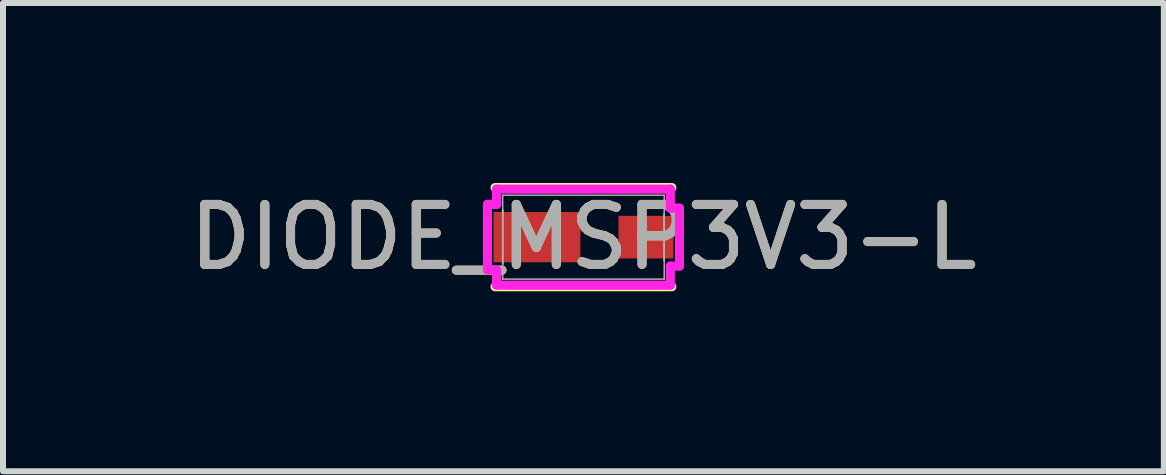
<source format=kicad_pcb>
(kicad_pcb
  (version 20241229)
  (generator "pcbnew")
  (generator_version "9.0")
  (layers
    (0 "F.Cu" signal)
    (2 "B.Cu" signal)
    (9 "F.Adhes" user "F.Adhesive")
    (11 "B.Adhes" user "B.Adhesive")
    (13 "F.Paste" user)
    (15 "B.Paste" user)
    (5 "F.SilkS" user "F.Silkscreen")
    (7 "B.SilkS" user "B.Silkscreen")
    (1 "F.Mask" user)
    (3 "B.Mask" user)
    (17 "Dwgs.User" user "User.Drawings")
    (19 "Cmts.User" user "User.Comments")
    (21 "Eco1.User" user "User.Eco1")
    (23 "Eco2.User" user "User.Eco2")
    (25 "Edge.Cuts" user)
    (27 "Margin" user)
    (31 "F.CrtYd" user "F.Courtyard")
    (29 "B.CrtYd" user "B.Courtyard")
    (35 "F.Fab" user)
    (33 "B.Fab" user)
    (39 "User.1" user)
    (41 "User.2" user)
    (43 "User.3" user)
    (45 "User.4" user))
  (footprint "DIODE_MSP3V3-L"
    (layer "F.Cu")
    (at 6.673 0.902)
    (property "Reference" "DIODE_MSP3V3-L" (at 0 0 0) (unlocked yes) (layer "F.SilkS") (effects (font (size 1 1) (thickness 0.15))))
    (attr smd)
    (fp_line (start -1.473 0.826) (end 1.473 0.826) (stroke (width 0.152) (type solid)) (layer "F.SilkS"))
    (fp_line (start 1.473 -0.826) (end -1.473 -0.826) (stroke (width 0.152) (type solid)) (layer "F.SilkS"))
    (fp_line (start -1.6 -0.546) (end -1.448 -0.546) (stroke (width 0.152) (type solid)) (layer "F.CrtYd"))
    (fp_line (start -1.6 0.546) (end -1.6 -0.546) (stroke (width 0.152) (type solid)) (layer "F.CrtYd"))
    (fp_line (start -1.448 -0.8) (end 1.448 -0.8) (stroke (width 0.152) (type solid)) (layer "F.CrtYd"))
    (fp_line (start -1.448 -0.546) (end -1.448 -0.8) (stroke (width 0.152) (type solid)) (layer "F.CrtYd"))
    (fp_line (start -1.448 0.546) (end -1.6 0.546) (stroke (width 0.152) (type solid)) (layer "F.CrtYd"))
    (fp_line (start -1.448 0.8) (end -1.448 0.546) (stroke (width 0.152) (type solid)) (layer "F.CrtYd"))
    (fp_line (start 1.448 -0.8) (end 1.448 -0.483) (stroke (width 0.152) (type solid)) (layer "F.CrtYd"))
    (fp_line (start 1.448 -0.483) (end 1.6 -0.483) (stroke (width 0.152) (type solid)) (layer "F.CrtYd"))
    (fp_line (start 1.448 0.483) (end 1.448 0.8) (stroke (width 0.152) (type solid)) (layer "F.CrtYd"))
    (fp_line (start 1.448 0.8) (end -1.448 0.8) (stroke (width 0.152) (type solid)) (layer "F.CrtYd"))
    (fp_line (start 1.6 -0.483) (end 1.6 0.483) (stroke (width 0.152) (type solid)) (layer "F.CrtYd"))
    (fp_line (start 1.6 0.483) (end 1.448 0.483) (stroke (width 0.152) (type solid)) (layer "F.CrtYd"))
    (fp_line (start -1.346 -0.699) (end -1.346 0.699) (stroke (width 0.025) (type solid)) (layer "F.Fab"))
    (fp_line (start -1.346 -0.445) (end -1.346 -0.445) (stroke (width 0.025) (type solid)) (layer "F.Fab"))
    (fp_line (start -1.346 -0.445) (end -1.346 0.445) (stroke (width 0.025) (type solid)) (layer "F.Fab"))
    (fp_line (start -1.346 0.445) (end -1.346 -0.445) (stroke (width 0.025) (type solid)) (layer "F.Fab"))
    (fp_line (start -1.346 0.445) (end -1.346 0.445) (stroke (width 0.025) (type solid)) (layer "F.Fab"))
    (fp_line (start -1.346 0.699) (end 1.346 0.699) (stroke (width 0.025) (type solid)) (layer "F.Fab"))
    (fp_line (start 1.346 -0.699) (end -1.346 -0.699) (stroke (width 0.025) (type solid)) (layer "F.Fab"))
    (fp_line (start 1.346 -0.381) (end 1.346 -0.381) (stroke (width 0.025) (type solid)) (layer "F.Fab"))
    (fp_line (start 1.346 -0.381) (end 1.346 0.381) (stroke (width 0.025) (type solid)) (layer "F.Fab"))
    (fp_line (start 1.346 0.381) (end 1.346 -0.381) (stroke (width 0.025) (type solid)) (layer "F.Fab"))
    (fp_line (start 1.346 0.381) (end 1.346 0.381) (stroke (width 0.025) (type solid)) (layer "F.Fab"))
    (fp_line (start 1.346 0.699) (end 1.346 -0.699) (stroke (width 0.025) (type solid)) (layer "F.Fab"))
    (fp_text user "${REFERENCE}" (at 0 0 0) (unlocked yes) (layer "F.Fab") (effects (font (size 1 1) (thickness 0.15))))
    (pad "1" smd rect (at -0.775 0) (size 1.448 0.838) (layers "F.Cu" "F.Mask" "F.Paste"))
    (pad "2" smd rect (at 1.041 0) (size 0.914 0.711) (layers "F.Cu" "F.Mask" "F.Paste"))
    (zone (net_name "") (layer "F.Cu") (hatch full 0.508) (connect_pads) (min_thickness 0.254) (filled_areas_thickness no) (keepout (tracks not_allowed) (vias not_allowed) (pads allowed) (copperpour not_allowed) (footprints allowed)) (placement (enabled no)) (fill) (polygon (pts (xy 6.673 0.254) (xy 7.206 0.254) (xy 7.206 1.549) (xy 6.673 1.549)))))
  (gr_rect
    (start -3 -3)
    (end 16.345 4.803)
    (stroke (width 0.1) (type default))
    (fill no)
    (layer "Edge.Cuts")))
</source>
